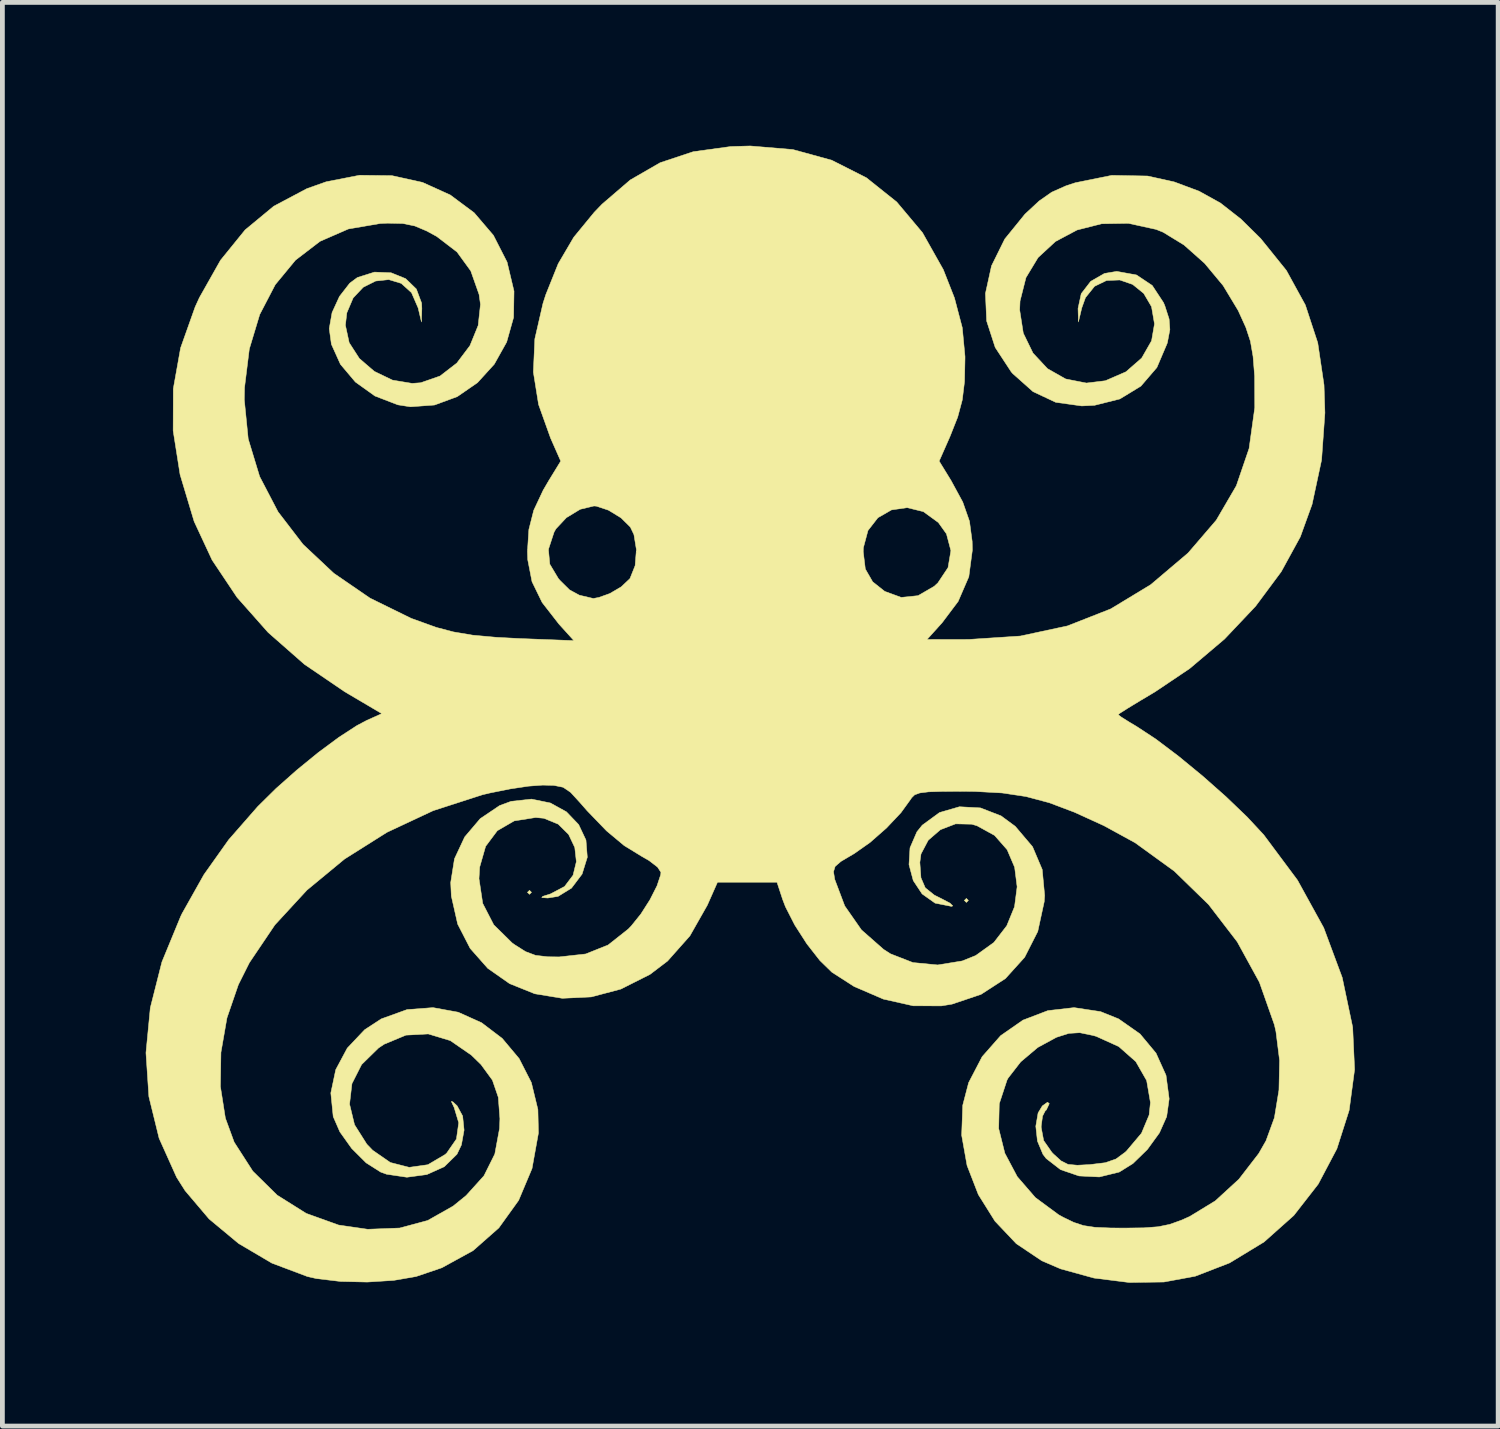
<source format=kicad_pcb>
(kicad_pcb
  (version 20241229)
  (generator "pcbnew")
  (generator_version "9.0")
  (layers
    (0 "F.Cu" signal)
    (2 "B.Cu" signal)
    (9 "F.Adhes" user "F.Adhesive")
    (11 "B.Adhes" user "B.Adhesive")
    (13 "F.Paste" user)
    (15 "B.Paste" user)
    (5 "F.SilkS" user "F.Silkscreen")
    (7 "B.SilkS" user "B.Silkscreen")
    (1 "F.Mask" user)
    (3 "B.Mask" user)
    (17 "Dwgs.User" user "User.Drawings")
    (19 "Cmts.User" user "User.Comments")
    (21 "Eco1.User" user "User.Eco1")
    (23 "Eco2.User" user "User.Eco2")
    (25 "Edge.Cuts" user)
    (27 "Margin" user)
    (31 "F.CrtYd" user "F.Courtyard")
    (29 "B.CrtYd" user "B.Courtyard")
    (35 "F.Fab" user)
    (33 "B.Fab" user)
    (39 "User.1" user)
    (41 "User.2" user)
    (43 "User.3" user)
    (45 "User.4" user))
  (footprint "quadropus"
    (layer "F.Cu")
    (at 12.646 11.943)
    (property "Reference" "quadropus" (at 0 0 0) (layer "F.SilkS") (effects (font (size 1.524 1.524) (thickness 0.3))))
    (attr through_hole)
    (fp_poly (pts (xy -4.572 3.683) (xy -4.614 3.725) (xy -4.657 3.683) (xy -4.614 3.641) (xy -4.572 3.683)) (stroke (width 0.01) (type solid)) (fill yes) (layer "F.SilkS"))
    (fp_poly (pts (xy 4.572 3.852) (xy 4.53 3.895) (xy 4.487 3.852) (xy 4.53 3.81) (xy 4.572 3.852)) (stroke (width 0.01) (type solid)) (fill yes) (layer "F.SilkS"))
    (fp_poly (pts (xy 0.899 -11.863) (xy 1.711 -11.64) (xy 2.437 -11.273) (xy 3.072 -10.766) (xy 3.611 -10.124) (xy 4.047 -9.35) (xy 4.28 -8.758) (xy 4.444 -8.135) (xy 4.501 -7.532) (xy 4.501 -7.489) (xy 4.491 -7.007) (xy 4.444 -6.622) (xy 4.348 -6.264) (xy 4.189 -5.862) (xy 4.173 -5.825) (xy 3.96 -5.342) (xy 4.209 -4.936) (xy 4.454 -4.485) (xy 4.595 -4.083) (xy 4.651 -3.661) (xy 4.655 -3.48) (xy 4.581 -2.922) (xy 4.358 -2.406) (xy 4.02 -1.957) (xy 3.706 -1.609) (xy 4.583 -1.61) (xy 5.66 -1.681) (xy 6.646 -1.893) (xy 7.553 -2.25) (xy 8.388 -2.756) (xy 9.163 -3.413) (xy 9.182 -3.433) (xy 9.76 -4.106) (xy 10.18 -4.826) (xy 10.447 -5.607) (xy 10.566 -6.461) (xy 10.563 -7.12) (xy 10.53 -7.533) (xy 10.475 -7.85) (xy 10.379 -8.141) (xy 10.225 -8.48) (xy 10.212 -8.505) (xy 9.903 -9.017) (xy 9.515 -9.483) (xy 9.084 -9.866) (xy 8.647 -10.133) (xy 8.5 -10.192) (xy 7.92 -10.319) (xy 7.362 -10.31) (xy 6.846 -10.179) (xy 6.395 -9.939) (xy 6.031 -9.603) (xy 5.777 -9.183) (xy 5.653 -8.693) (xy 5.645 -8.507) (xy 5.721 -8.02) (xy 5.924 -7.603) (xy 6.228 -7.277) (xy 6.609 -7.061) (xy 7.043 -6.976) (xy 7.438 -7.024) (xy 7.869 -7.211) (xy 8.199 -7.499) (xy 8.406 -7.861) (xy 8.467 -8.214) (xy 8.405 -8.574) (xy 8.242 -8.852) (xy 8.01 -9.04) (xy 7.74 -9.133) (xy 7.463 -9.122) (xy 7.213 -9.001) (xy 7.022 -8.763) (xy 6.945 -8.549) (xy 6.875 -8.255) (xy 6.867 -8.537) (xy 6.934 -8.847) (xy 7.132 -9.104) (xy 7.42 -9.27) (xy 7.677 -9.313) (xy 8.091 -9.238) (xy 8.42 -9.018) (xy 8.656 -8.659) (xy 8.684 -8.592) (xy 8.773 -8.316) (xy 8.789 -8.095) (xy 8.739 -7.832) (xy 8.731 -7.803) (xy 8.517 -7.301) (xy 8.182 -6.911) (xy 7.742 -6.643) (xy 7.212 -6.51) (xy 6.945 -6.497) (xy 6.4 -6.573) (xy 5.925 -6.796) (xy 5.498 -7.176) (xy 5.468 -7.211) (xy 5.133 -7.722) (xy 4.954 -8.275) (xy 4.929 -8.851) (xy 5.056 -9.429) (xy 5.333 -9.99) (xy 5.756 -10.511) (xy 6.053 -10.787) (xy 6.315 -10.97) (xy 6.613 -11.103) (xy 6.81 -11.168) (xy 7.575 -11.323) (xy 8.323 -11.309) (xy 8.879 -11.186) (xy 9.399 -10.992) (xy 9.847 -10.744) (xy 10.275 -10.409) (xy 10.688 -10.002) (xy 11.228 -9.332) (xy 11.624 -8.61) (xy 11.884 -7.818) (xy 12.015 -6.936) (xy 12.034 -6.351) (xy 11.964 -5.366) (xy 11.765 -4.437) (xy 11.519 -3.757) (xy 11.12 -3.028) (xy 10.583 -2.305) (xy 9.934 -1.619) (xy 9.204 -1.001) (xy 8.481 -0.515) (xy 8.164 -0.326) (xy 7.909 -0.171) (xy 7.747 -0.068) (xy 7.705 -0.037) (xy 7.771 0.014) (xy 7.941 0.121) (xy 8.092 0.211) (xy 8.494 0.475) (xy 8.967 0.832) (xy 9.471 1.246) (xy 9.964 1.682) (xy 10.407 2.107) (xy 10.753 2.479) (xy 11.46 3.428) (xy 12.009 4.425) (xy 12.396 5.466) (xy 12.615 6.507) (xy 12.655 7.392) (xy 12.541 8.246) (xy 12.284 9.051) (xy 11.894 9.79) (xy 11.383 10.446) (xy 10.76 11.001) (xy 10.038 11.44) (xy 9.319 11.718) (xy 8.664 11.839) (xy 7.939 11.849) (xy 7.2 11.756) (xy 6.503 11.564) (xy 6.108 11.394) (xy 5.575 11.037) (xy 5.128 10.565) (xy 4.78 10.009) (xy 4.544 9.4) (xy 4.431 8.766) (xy 4.454 8.139) (xy 4.577 7.667) (xy 4.86 7.123) (xy 5.247 6.683) (xy 5.714 6.358) (xy 6.235 6.159) (xy 6.784 6.096) (xy 7.339 6.18) (xy 7.716 6.332) (xy 8.164 6.646) (xy 8.499 7.049) (xy 8.708 7.512) (xy 8.774 8.005) (xy 8.722 8.377) (xy 8.57 8.718) (xy 8.318 9.065) (xy 8.015 9.36) (xy 7.729 9.538) (xy 7.312 9.64) (xy 6.887 9.619) (xy 6.501 9.487) (xy 6.2 9.254) (xy 6.132 9.165) (xy 6.017 8.889) (xy 5.983 8.578) (xy 6.031 8.3) (xy 6.119 8.154) (xy 6.228 8.076) (xy 6.265 8.105) (xy 6.203 8.238) (xy 6.181 8.255) (xy 6.124 8.367) (xy 6.096 8.573) (xy 6.096 8.605) (xy 6.147 8.878) (xy 6.32 9.126) (xy 6.353 9.16) (xy 6.512 9.304) (xy 6.657 9.377) (xy 6.852 9.395) (xy 7.116 9.381) (xy 7.438 9.342) (xy 7.661 9.264) (xy 7.853 9.123) (xy 7.882 9.096) (xy 8.195 8.725) (xy 8.355 8.343) (xy 8.382 8.082) (xy 8.303 7.623) (xy 8.076 7.226) (xy 7.719 6.911) (xy 7.247 6.697) (xy 7.183 6.679) (xy 6.903 6.621) (xy 6.675 6.635) (xy 6.416 6.717) (xy 6.025 6.929) (xy 5.667 7.231) (xy 5.404 7.57) (xy 5.38 7.615) (xy 5.218 8.108) (xy 5.206 8.627) (xy 5.335 9.144) (xy 5.595 9.634) (xy 5.974 10.072) (xy 6.462 10.432) (xy 6.558 10.485) (xy 6.778 10.591) (xy 6.982 10.658) (xy 7.221 10.694) (xy 7.546 10.708) (xy 7.832 10.71) (xy 8.245 10.705) (xy 8.546 10.682) (xy 8.788 10.632) (xy 9.03 10.545) (xy 9.205 10.467) (xy 9.739 10.141) (xy 10.234 9.687) (xy 10.649 9.149) (xy 10.801 8.883) (xy 10.977 8.4) (xy 11.072 7.821) (xy 11.085 7.201) (xy 11.009 6.597) (xy 10.977 6.456) (xy 10.663 5.565) (xy 10.199 4.719) (xy 9.599 3.938) (xy 8.882 3.24) (xy 8.062 2.646) (xy 7.408 2.288) (xy 6.792 2.007) (xy 6.265 1.808) (xy 5.777 1.678) (xy 5.276 1.603) (xy 4.71 1.572) (xy 4.46 1.569) (xy 4.03 1.571) (xy 3.738 1.58) (xy 3.554 1.603) (xy 3.446 1.643) (xy 3.383 1.705) (xy 3.367 1.731) (xy 3.16 2.017) (xy 2.858 2.337) (xy 2.514 2.639) (xy 2.18 2.874) (xy 2.147 2.893) (xy 1.905 3.036) (xy 1.783 3.141) (xy 1.749 3.252) (xy 1.774 3.409) (xy 1.774 3.411) (xy 1.984 3.968) (xy 2.334 4.47) (xy 2.798 4.878) (xy 2.943 4.971) (xy 3.411 5.153) (xy 3.93 5.203) (xy 4.445 5.119) (xy 4.725 5.006) (xy 5.105 4.733) (xy 5.375 4.383) (xy 5.538 3.984) (xy 5.592 3.567) (xy 5.54 3.159) (xy 5.383 2.791) (xy 5.12 2.492) (xy 4.753 2.29) (xy 4.641 2.257) (xy 4.304 2.25) (xy 3.987 2.372) (xy 3.732 2.592) (xy 3.58 2.88) (xy 3.556 3.056) (xy 3.579 3.378) (xy 3.669 3.588) (xy 3.859 3.741) (xy 4.013 3.818) (xy 4.188 3.91) (xy 4.245 3.967) (xy 4.218 3.977) (xy 3.875 3.909) (xy 3.604 3.717) (xy 3.418 3.437) (xy 3.329 3.103) (xy 3.35 2.752) (xy 3.494 2.418) (xy 3.606 2.278) (xy 3.968 2.013) (xy 4.385 1.892) (xy 4.825 1.916) (xy 5.256 2.083) (xy 5.553 2.302) (xy 5.915 2.729) (xy 6.117 3.205) (xy 6.168 3.749) (xy 6.159 3.88) (xy 6.024 4.502) (xy 5.749 5.043) (xy 5.347 5.488) (xy 4.836 5.819) (xy 4.23 6.023) (xy 4.007 6.06) (xy 3.417 6.058) (xy 2.793 5.918) (xy 2.18 5.654) (xy 1.715 5.355) (xy 1.463 5.109) (xy 1.191 4.761) (xy 0.938 4.367) (xy 0.743 3.985) (xy 0.684 3.831) (xy 0.566 3.471) (xy -0.679 3.471) (xy -0.892 3.952) (xy -1.257 4.595) (xy -1.724 5.121) (xy -2.092 5.401) (xy -2.702 5.708) (xy -3.32 5.872) (xy -3.927 5.901) (xy -4.504 5.806) (xy -5.03 5.594) (xy -5.487 5.274) (xy -5.856 4.856) (xy -6.117 4.348) (xy -6.25 3.76) (xy -6.263 3.477) (xy -6.184 2.981) (xy -5.97 2.524) (xy -5.645 2.141) (xy -5.239 1.867) (xy -5 1.779) (xy -4.571 1.732) (xy -4.177 1.813) (xy -3.841 1.998) (xy -3.585 2.265) (xy -3.432 2.589) (xy -3.404 2.949) (xy -3.513 3.301) (xy -3.735 3.595) (xy -4.016 3.768) (xy -4.231 3.802) (xy -4.357 3.793) (xy -4.338 3.768) (xy -4.174 3.716) (xy -3.88 3.561) (xy -3.702 3.325) (xy -3.633 3.041) (xy -3.666 2.745) (xy -3.795 2.472) (xy -4.013 2.256) (xy -4.313 2.133) (xy -4.485 2.117) (xy -4.934 2.188) (xy -5.287 2.393) (xy -5.532 2.72) (xy -5.657 3.156) (xy -5.671 3.397) (xy -5.593 3.915) (xy -5.362 4.363) (xy -4.977 4.742) (xy -4.924 4.78) (xy -4.696 4.924) (xy -4.488 5.002) (xy -4.231 5.032) (xy -3.993 5.035) (xy -3.437 4.973) (xy -2.968 4.785) (xy -2.548 4.453) (xy -2.486 4.389) (xy -2.283 4.137) (xy -2.093 3.839) (xy -1.945 3.547) (xy -1.868 3.315) (xy -1.863 3.264) (xy -1.933 3.156) (xy -2.112 3.018) (xy -2.265 2.93) (xy -2.632 2.705) (xy -3.002 2.396) (xy -3.408 1.975) (xy -3.565 1.796) (xy -3.754 1.59) (xy -3.91 1.484) (xy -4.104 1.445) (xy -4.337 1.439) (xy -4.635 1.461) (xy -5.026 1.52) (xy -5.444 1.604) (xy -5.599 1.641) (xy -6.63 1.974) (xy -7.597 2.427) (xy -8.484 2.986) (xy -9.272 3.637) (xy -9.943 4.365) (xy -10.477 5.157) (xy -10.707 5.616) (xy -10.946 6.311) (xy -11.072 7.035) (xy -11.083 7.747) (xy -10.979 8.409) (xy -10.795 8.912) (xy -10.404 9.52) (xy -9.894 10.022) (xy -9.287 10.403) (xy -8.608 10.647) (xy -8.001 10.735) (xy -7.33 10.709) (xy -6.744 10.551) (xy -6.211 10.249) (xy -5.94 10.029) (xy -5.567 9.616) (xy -5.34 9.161) (xy -5.241 8.626) (xy -5.233 8.421) (xy -5.267 7.972) (xy -5.39 7.614) (xy -5.629 7.287) (xy -5.832 7.089) (xy -6.272 6.786) (xy -6.733 6.647) (xy -7.199 6.672) (xy -7.656 6.862) (xy -7.775 6.942) (xy -8.128 7.288) (xy -8.33 7.687) (xy -8.38 8.116) (xy -8.276 8.547) (xy -8.018 8.955) (xy -7.896 9.082) (xy -7.526 9.338) (xy -7.131 9.439) (xy -6.741 9.384) (xy -6.382 9.172) (xy -6.347 9.141) (xy -6.143 8.846) (xy -6.095 8.506) (xy -6.191 8.186) (xy -6.25 8.06) (xy -6.218 8.068) (xy -6.129 8.151) (xy -6.013 8.365) (xy -5.983 8.66) (xy -6.039 8.97) (xy -6.132 9.165) (xy -6.398 9.426) (xy -6.763 9.59) (xy -7.18 9.646) (xy -7.605 9.583) (xy -7.729 9.538) (xy -8.034 9.344) (xy -8.335 9.044) (xy -8.583 8.696) (xy -8.722 8.377) (xy -8.772 7.883) (xy -8.669 7.395) (xy -8.428 6.944) (xy -8.064 6.559) (xy -7.716 6.332) (xy -7.176 6.137) (xy -6.633 6.096) (xy -6.107 6.192) (xy -5.617 6.412) (xy -5.185 6.74) (xy -4.831 7.162) (xy -4.575 7.664) (xy -4.438 8.229) (xy -4.427 8.721) (xy -4.561 9.464) (xy -4.841 10.13) (xy -5.256 10.707) (xy -5.795 11.182) (xy -6.449 11.541) (xy -6.988 11.724) (xy -7.457 11.805) (xy -8.009 11.84) (xy -8.571 11.827) (xy -9.074 11.767) (xy -9.262 11.724) (xy -10.005 11.444) (xy -10.702 11.033) (xy -11.32 10.519) (xy -11.822 9.927) (xy -12 9.646) (xy -12.366 8.831) (xy -12.58 7.959) (xy -12.641 7.043) (xy -12.55 6.099) (xy -12.307 5.14) (xy -11.912 4.181) (xy -11.884 4.124) (xy -11.428 3.313) (xy -10.91 2.583) (xy -10.302 1.888) (xy -9.919 1.51) (xy -9.484 1.124) (xy -9.033 0.756) (xy -8.602 0.437) (xy -8.226 0.193) (xy -8.022 0.085) (xy -7.705 -0.057) (xy -8.481 -0.515) (xy -9.326 -1.09) (xy -10.084 -1.756) (xy -10.735 -2.491) (xy -11.257 -3.272) (xy -11.631 -4.075) (xy -11.633 -4.08) (xy -11.927 -5.06) (xy -12.072 -5.979) (xy -12.069 -6.856) (xy -11.916 -7.712) (xy -11.612 -8.568) (xy -11.523 -8.763) (xy -11.081 -9.546) (xy -10.566 -10.181) (xy -9.967 -10.677) (xy -9.275 -11.044) (xy -8.87 -11.188) (xy -8.171 -11.325) (xy -7.493 -11.317) (xy -6.854 -11.176) (xy -6.273 -10.913) (xy -5.772 -10.54) (xy -5.369 -10.068) (xy -5.083 -9.508) (xy -4.938 -8.899) (xy -4.947 -8.349) (xy -5.092 -7.833) (xy -5.351 -7.37) (xy -5.703 -6.983) (xy -6.127 -6.691) (xy -6.602 -6.516) (xy -7.106 -6.479) (xy -7.369 -6.52) (xy -7.849 -6.705) (xy -8.258 -6.998) (xy -8.571 -7.369) (xy -8.76 -7.788) (xy -8.805 -8.116) (xy -8.746 -8.451) (xy -8.591 -8.789) (xy -8.376 -9.066) (xy -8.216 -9.185) (xy -7.858 -9.298) (xy -7.51 -9.284) (xy -7.206 -9.161) (xy -6.982 -8.944) (xy -6.872 -8.65) (xy -6.867 -8.537) (xy -6.875 -8.255) (xy -6.945 -8.549) (xy -7.083 -8.867) (xy -7.298 -9.062) (xy -7.559 -9.141) (xy -7.835 -9.111) (xy -8.094 -8.981) (xy -8.305 -8.757) (xy -8.437 -8.446) (xy -8.467 -8.187) (xy -8.388 -7.821) (xy -8.174 -7.489) (xy -7.861 -7.22) (xy -7.481 -7.037) (xy -7.071 -6.969) (xy -6.891 -6.982) (xy -6.486 -7.123) (xy -6.135 -7.394) (xy -5.86 -7.759) (xy -5.688 -8.181) (xy -5.64 -8.623) (xy -5.669 -8.83) (xy -5.843 -9.323) (xy -6.131 -9.719) (xy -6.555 -10.044) (xy -6.766 -10.159) (xy -7.015 -10.264) (xy -7.264 -10.315) (xy -7.584 -10.322) (xy -7.739 -10.315) (xy -8.404 -10.201) (xy -8.998 -9.942) (xy -9.511 -9.549) (xy -9.935 -9.035) (xy -10.26 -8.411) (xy -10.478 -7.689) (xy -10.578 -6.882) (xy -10.583 -6.626) (xy -10.501 -5.806) (xy -10.262 -5.02) (xy -9.876 -4.28) (xy -9.355 -3.601) (xy -8.71 -2.995) (xy -7.951 -2.474) (xy -7.09 -2.051) (xy -6.562 -1.861) (xy -6.204 -1.767) (xy -5.8 -1.699) (xy -5.305 -1.654) (xy -4.827 -1.629) (xy -3.684 -1.585) (xy -3.998 -1.932) (xy -4.349 -2.383) (xy -4.561 -2.818) (xy -4.651 -3.279) (xy -4.657 -3.455) (xy -4.654 -3.494) (xy -4.218 -3.494) (xy -4.189 -3.185) (xy -4.009 -2.884) (xy -3.975 -2.845) (xy -3.775 -2.647) (xy -3.57 -2.536) (xy -3.278 -2.467) (xy -3.162 -2.489) (xy -2.965 -2.559) (xy -2.929 -2.573) (xy -2.694 -2.711) (xy -2.514 -2.881) (xy -2.509 -2.889) (xy -2.403 -3.155) (xy -2.38 -3.447) (xy 2.371 -3.447) (xy 2.415 -3.084) (xy 2.569 -2.816) (xy 2.821 -2.616) (xy 3.166 -2.49) (xy 3.519 -2.526) (xy 3.856 -2.722) (xy 3.933 -2.793) (xy 4.146 -3.113) (xy 4.206 -3.468) (xy 4.113 -3.82) (xy 3.943 -4.057) (xy 3.629 -4.285) (xy 3.291 -4.368) (xy 2.963 -4.321) (xy 2.678 -4.157) (xy 2.47 -3.889) (xy 2.374 -3.529) (xy 2.371 -3.447) (xy -2.38 -3.447) (xy -2.376 -3.487) (xy -2.428 -3.804) (xy -2.503 -3.961) (xy -2.698 -4.154) (xy -2.961 -4.315) (xy -3.213 -4.399) (xy -3.264 -4.403) (xy -3.552 -4.334) (xy -3.841 -4.159) (xy -4.061 -3.924) (xy -4.1 -3.854) (xy -4.218 -3.494) (xy -4.654 -3.494) (xy -4.627 -3.911) (xy -4.525 -4.313) (xy -4.328 -4.732) (xy -4.209 -4.936) (xy -3.96 -5.342) (xy -4.173 -5.825) (xy -4.424 -6.527) (xy -4.533 -7.206) (xy -4.502 -7.9) (xy -4.331 -8.645) (xy -4.273 -8.825) (xy -4.013 -9.473) (xy -3.688 -10.027) (xy -3.257 -10.552) (xy -3.094 -10.721) (xy -2.506 -11.226) (xy -1.879 -11.588) (xy -1.187 -11.818) (xy -0.402 -11.926) (xy 0.006 -11.938) (xy 0.899 -11.863)) (stroke (width 0.01) (type solid)) (fill yes) (layer "F.SilkS")))
  (gr_rect
    (start -3 -3)
    (end 28.306 26.797)
    (stroke (width 0.1) (type default))
    (fill no)
    (layer "Edge.Cuts")))
</source>
